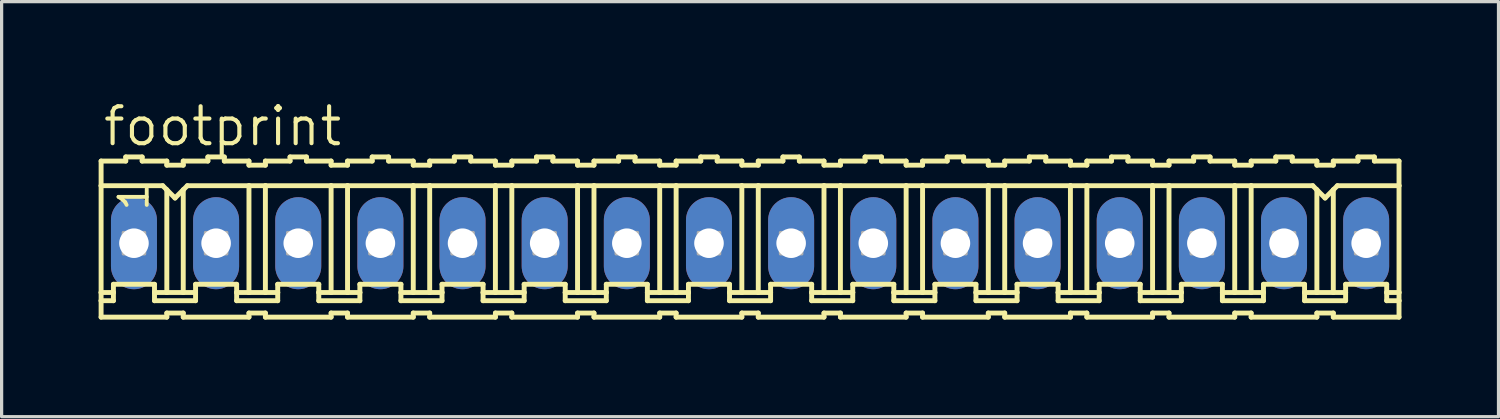
<source format=kicad_pcb>
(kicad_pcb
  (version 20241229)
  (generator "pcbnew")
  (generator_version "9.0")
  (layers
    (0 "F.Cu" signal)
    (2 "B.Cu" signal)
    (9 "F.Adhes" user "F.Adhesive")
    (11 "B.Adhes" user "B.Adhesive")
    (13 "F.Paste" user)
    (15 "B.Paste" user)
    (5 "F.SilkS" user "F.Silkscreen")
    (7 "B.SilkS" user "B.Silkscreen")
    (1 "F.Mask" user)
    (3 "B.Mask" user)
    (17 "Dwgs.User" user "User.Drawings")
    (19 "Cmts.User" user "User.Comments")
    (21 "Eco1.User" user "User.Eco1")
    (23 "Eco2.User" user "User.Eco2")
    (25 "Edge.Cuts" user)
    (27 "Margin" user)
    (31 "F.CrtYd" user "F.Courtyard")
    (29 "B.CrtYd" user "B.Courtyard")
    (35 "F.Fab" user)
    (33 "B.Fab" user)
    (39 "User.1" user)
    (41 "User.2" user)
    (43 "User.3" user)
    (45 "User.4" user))
  (footprint "footprint"
    (layer "F.Cu")
    (at 20.142 4.47)
    (property "Reference" "footprint" (at -20.066 -2.946 0) (layer "F.SilkS") (effects (font (size 1.143 1.143) (thickness 0.127)) (justify left bottom)))
    (fp_line (start -20.066 -2.54) (end -20.066 -1.778) (stroke (width 0.152) (type solid)) (layer "F.SilkS"))
    (fp_line (start -20.066 -2.54) (end -19.304 -2.54) (stroke (width 0.152) (type solid)) (layer "F.SilkS"))
    (fp_line (start -20.066 -1.778) (end -20.066 1.524) (stroke (width 0.152) (type solid)) (layer "F.SilkS"))
    (fp_line (start -20.066 1.524) (end -20.066 1.778) (stroke (width 0.152) (type solid)) (layer "F.SilkS"))
    (fp_line (start -20.066 1.778) (end -20.066 2.286) (stroke (width 0.152) (type solid)) (layer "F.SilkS"))
    (fp_line (start -20.066 1.778) (end -19.685 1.778) (stroke (width 0.152) (type solid)) (layer "F.SilkS"))
    (fp_line (start -19.685 1.27) (end -18.415 1.27) (stroke (width 0.152) (type solid)) (layer "F.SilkS"))
    (fp_line (start -19.685 1.524) (end -20.066 1.524) (stroke (width 0.152) (type solid)) (layer "F.SilkS"))
    (fp_line (start -19.685 1.524) (end -19.685 1.27) (stroke (width 0.152) (type solid)) (layer "F.SilkS"))
    (fp_line (start -19.685 1.778) (end -19.685 1.524) (stroke (width 0.152) (type solid)) (layer "F.SilkS"))
    (fp_line (start -19.304 -2.54) (end -19.304 -2.667) (stroke (width 0.152) (type solid)) (layer "F.SilkS"))
    (fp_line (start -18.796 -2.667) (end -19.304 -2.667) (stroke (width 0.152) (type solid)) (layer "F.SilkS"))
    (fp_line (start -18.796 -2.54) (end -18.796 -2.667) (stroke (width 0.152) (type solid)) (layer "F.SilkS"))
    (fp_line (start -18.415 1.524) (end -18.415 1.27) (stroke (width 0.152) (type solid)) (layer "F.SilkS"))
    (fp_line (start -18.415 1.524) (end -18.034 1.524) (stroke (width 0.152) (type solid)) (layer "F.SilkS"))
    (fp_line (start -18.415 1.778) (end -18.415 1.524) (stroke (width 0.152) (type solid)) (layer "F.SilkS"))
    (fp_line (start -18.161 -1.778) (end -20.066 -1.778) (stroke (width 0.152) (type solid)) (layer "F.SilkS"))
    (fp_line (start -18.161 -1.778) (end -18.034 -1.651) (stroke (width 0.152) (type solid)) (layer "F.SilkS"))
    (fp_line (start -18.034 -2.54) (end -18.796 -2.54) (stroke (width 0.152) (type solid)) (layer "F.SilkS"))
    (fp_line (start -18.034 -2.413) (end -18.034 -2.54) (stroke (width 0.152) (type solid)) (layer "F.SilkS"))
    (fp_line (start -18.034 -2.413) (end -17.526 -2.413) (stroke (width 0.152) (type solid)) (layer "F.SilkS"))
    (fp_line (start -18.034 -1.651) (end -18.034 1.524) (stroke (width 0.152) (type solid)) (layer "F.SilkS"))
    (fp_line (start -18.034 -1.651) (end -17.78 -1.397) (stroke (width 0.152) (type solid)) (layer "F.SilkS"))
    (fp_line (start -18.034 1.524) (end -17.526 1.524) (stroke (width 0.152) (type solid)) (layer "F.SilkS"))
    (fp_line (start -18.034 2.159) (end -18.034 2.286) (stroke (width 0.152) (type solid)) (layer "F.SilkS"))
    (fp_line (start -18.034 2.286) (end -20.066 2.286) (stroke (width 0.152) (type solid)) (layer "F.SilkS"))
    (fp_line (start -17.78 -1.397) (end -17.526 -1.651) (stroke (width 0.152) (type solid)) (layer "F.SilkS"))
    (fp_line (start -17.526 -2.54) (end -16.764 -2.54) (stroke (width 0.152) (type solid)) (layer "F.SilkS"))
    (fp_line (start -17.526 -2.413) (end -17.526 -2.54) (stroke (width 0.152) (type solid)) (layer "F.SilkS"))
    (fp_line (start -17.526 -1.651) (end -17.526 1.524) (stroke (width 0.152) (type solid)) (layer "F.SilkS"))
    (fp_line (start -17.526 -1.651) (end -17.399 -1.778) (stroke (width 0.152) (type solid)) (layer "F.SilkS"))
    (fp_line (start -17.526 1.524) (end -17.145 1.524) (stroke (width 0.152) (type solid)) (layer "F.SilkS"))
    (fp_line (start -17.526 2.159) (end -18.034 2.159) (stroke (width 0.152) (type solid)) (layer "F.SilkS"))
    (fp_line (start -17.526 2.159) (end -17.526 2.286) (stroke (width 0.152) (type solid)) (layer "F.SilkS"))
    (fp_line (start -17.526 2.286) (end -15.494 2.286) (stroke (width 0.152) (type solid)) (layer "F.SilkS"))
    (fp_line (start -17.399 -1.778) (end -15.494 -1.778) (stroke (width 0.152) (type solid)) (layer "F.SilkS"))
    (fp_line (start -17.145 1.27) (end -15.875 1.27) (stroke (width 0.152) (type solid)) (layer "F.SilkS"))
    (fp_line (start -17.145 1.524) (end -17.145 1.27) (stroke (width 0.152) (type solid)) (layer "F.SilkS"))
    (fp_line (start -17.145 1.778) (end -18.415 1.778) (stroke (width 0.152) (type solid)) (layer "F.SilkS"))
    (fp_line (start -17.145 1.778) (end -17.145 1.524) (stroke (width 0.152) (type solid)) (layer "F.SilkS"))
    (fp_line (start -16.764 -2.54) (end -16.764 -2.667) (stroke (width 0.152) (type solid)) (layer "F.SilkS"))
    (fp_line (start -16.256 -2.667) (end -16.764 -2.667) (stroke (width 0.152) (type solid)) (layer "F.SilkS"))
    (fp_line (start -16.256 -2.54) (end -16.256 -2.667) (stroke (width 0.152) (type solid)) (layer "F.SilkS"))
    (fp_line (start -16.256 -2.54) (end -15.494 -2.54) (stroke (width 0.152) (type solid)) (layer "F.SilkS"))
    (fp_line (start -15.875 1.524) (end -15.875 1.27) (stroke (width 0.152) (type solid)) (layer "F.SilkS"))
    (fp_line (start -15.875 1.524) (end -15.494 1.524) (stroke (width 0.152) (type solid)) (layer "F.SilkS"))
    (fp_line (start -15.875 1.778) (end -15.875 1.524) (stroke (width 0.152) (type solid)) (layer "F.SilkS"))
    (fp_line (start -15.875 1.778) (end -14.605 1.778) (stroke (width 0.152) (type solid)) (layer "F.SilkS"))
    (fp_line (start -15.494 -2.413) (end -15.494 -2.54) (stroke (width 0.152) (type solid)) (layer "F.SilkS"))
    (fp_line (start -15.494 -1.778) (end -15.494 1.524) (stroke (width 0.152) (type solid)) (layer "F.SilkS"))
    (fp_line (start -15.494 -1.778) (end -14.986 -1.778) (stroke (width 0.152) (type solid)) (layer "F.SilkS"))
    (fp_line (start -15.494 1.524) (end -14.986 1.524) (stroke (width 0.152) (type solid)) (layer "F.SilkS"))
    (fp_line (start -15.494 2.159) (end -15.494 2.286) (stroke (width 0.152) (type solid)) (layer "F.SilkS"))
    (fp_line (start -14.986 -2.54) (end -14.224 -2.54) (stroke (width 0.152) (type solid)) (layer "F.SilkS"))
    (fp_line (start -14.986 -2.413) (end -15.494 -2.413) (stroke (width 0.152) (type solid)) (layer "F.SilkS"))
    (fp_line (start -14.986 -2.413) (end -14.986 -2.54) (stroke (width 0.152) (type solid)) (layer "F.SilkS"))
    (fp_line (start -14.986 -1.778) (end -14.986 1.524) (stroke (width 0.152) (type solid)) (layer "F.SilkS"))
    (fp_line (start -14.986 -1.778) (end -12.954 -1.778) (stroke (width 0.152) (type solid)) (layer "F.SilkS"))
    (fp_line (start -14.986 1.524) (end -14.605 1.524) (stroke (width 0.152) (type solid)) (layer "F.SilkS"))
    (fp_line (start -14.986 2.159) (end -15.494 2.159) (stroke (width 0.152) (type solid)) (layer "F.SilkS"))
    (fp_line (start -14.986 2.159) (end -14.986 2.286) (stroke (width 0.152) (type solid)) (layer "F.SilkS"))
    (fp_line (start -14.605 1.27) (end -13.335 1.27) (stroke (width 0.152) (type solid)) (layer "F.SilkS"))
    (fp_line (start -14.605 1.524) (end -14.605 1.27) (stroke (width 0.152) (type solid)) (layer "F.SilkS"))
    (fp_line (start -14.605 1.778) (end -14.605 1.524) (stroke (width 0.152) (type solid)) (layer "F.SilkS"))
    (fp_line (start -14.224 -2.54) (end -14.224 -2.667) (stroke (width 0.152) (type solid)) (layer "F.SilkS"))
    (fp_line (start -13.716 -2.667) (end -14.224 -2.667) (stroke (width 0.152) (type solid)) (layer "F.SilkS"))
    (fp_line (start -13.716 -2.54) (end -13.716 -2.667) (stroke (width 0.152) (type solid)) (layer "F.SilkS"))
    (fp_line (start -13.716 -2.54) (end -12.954 -2.54) (stroke (width 0.152) (type solid)) (layer "F.SilkS"))
    (fp_line (start -13.335 1.524) (end -13.335 1.27) (stroke (width 0.152) (type solid)) (layer "F.SilkS"))
    (fp_line (start -13.335 1.524) (end -12.954 1.524) (stroke (width 0.152) (type solid)) (layer "F.SilkS"))
    (fp_line (start -13.335 1.778) (end -13.335 1.524) (stroke (width 0.152) (type solid)) (layer "F.SilkS"))
    (fp_line (start -12.954 -2.54) (end -12.954 -2.413) (stroke (width 0.152) (type solid)) (layer "F.SilkS"))
    (fp_line (start -12.954 -1.778) (end -12.954 1.524) (stroke (width 0.152) (type solid)) (layer "F.SilkS"))
    (fp_line (start -12.954 2.159) (end -12.954 2.286) (stroke (width 0.152) (type solid)) (layer "F.SilkS"))
    (fp_line (start -12.954 2.286) (end -14.986 2.286) (stroke (width 0.152) (type solid)) (layer "F.SilkS"))
    (fp_line (start -12.446 -2.54) (end -12.446 -2.413) (stroke (width 0.152) (type solid)) (layer "F.SilkS"))
    (fp_line (start -12.446 -2.54) (end -11.684 -2.54) (stroke (width 0.152) (type solid)) (layer "F.SilkS"))
    (fp_line (start -12.446 -2.413) (end -12.954 -2.413) (stroke (width 0.152) (type solid)) (layer "F.SilkS"))
    (fp_line (start -12.446 -1.778) (end -12.954 -1.778) (stroke (width 0.152) (type solid)) (layer "F.SilkS"))
    (fp_line (start -12.446 -1.778) (end -12.446 1.524) (stroke (width 0.152) (type solid)) (layer "F.SilkS"))
    (fp_line (start -12.446 -1.778) (end -10.414 -1.778) (stroke (width 0.152) (type solid)) (layer "F.SilkS"))
    (fp_line (start -12.446 1.524) (end -12.954 1.524) (stroke (width 0.152) (type solid)) (layer "F.SilkS"))
    (fp_line (start -12.446 2.159) (end -12.954 2.159) (stroke (width 0.152) (type solid)) (layer "F.SilkS"))
    (fp_line (start -12.446 2.159) (end -12.446 2.286) (stroke (width 0.152) (type solid)) (layer "F.SilkS"))
    (fp_line (start -12.065 1.27) (end -10.795 1.27) (stroke (width 0.152) (type solid)) (layer "F.SilkS"))
    (fp_line (start -12.065 1.524) (end -12.446 1.524) (stroke (width 0.152) (type solid)) (layer "F.SilkS"))
    (fp_line (start -12.065 1.524) (end -12.065 1.27) (stroke (width 0.152) (type solid)) (layer "F.SilkS"))
    (fp_line (start -12.065 1.778) (end -13.335 1.778) (stroke (width 0.152) (type solid)) (layer "F.SilkS"))
    (fp_line (start -12.065 1.778) (end -12.065 1.524) (stroke (width 0.152) (type solid)) (layer "F.SilkS"))
    (fp_line (start -11.684 -2.54) (end -11.684 -2.667) (stroke (width 0.152) (type solid)) (layer "F.SilkS"))
    (fp_line (start -11.176 -2.667) (end -11.684 -2.667) (stroke (width 0.152) (type solid)) (layer "F.SilkS"))
    (fp_line (start -11.176 -2.54) (end -11.176 -2.667) (stroke (width 0.152) (type solid)) (layer "F.SilkS"))
    (fp_line (start -10.795 1.524) (end -10.795 1.27) (stroke (width 0.152) (type solid)) (layer "F.SilkS"))
    (fp_line (start -10.795 1.524) (end -10.414 1.524) (stroke (width 0.152) (type solid)) (layer "F.SilkS"))
    (fp_line (start -10.795 1.778) (end -10.795 1.524) (stroke (width 0.152) (type solid)) (layer "F.SilkS"))
    (fp_line (start -10.414 -2.54) (end -11.176 -2.54) (stroke (width 0.152) (type solid)) (layer "F.SilkS"))
    (fp_line (start -10.414 -2.413) (end -10.414 -2.54) (stroke (width 0.152) (type solid)) (layer "F.SilkS"))
    (fp_line (start -10.414 -2.413) (end -9.906 -2.413) (stroke (width 0.152) (type solid)) (layer "F.SilkS"))
    (fp_line (start -10.414 -1.778) (end -10.414 1.524) (stroke (width 0.152) (type solid)) (layer "F.SilkS"))
    (fp_line (start -10.414 -1.778) (end -9.906 -1.778) (stroke (width 0.152) (type solid)) (layer "F.SilkS"))
    (fp_line (start -10.414 1.524) (end -9.906 1.524) (stroke (width 0.152) (type solid)) (layer "F.SilkS"))
    (fp_line (start -10.414 2.159) (end -10.414 2.286) (stroke (width 0.152) (type solid)) (layer "F.SilkS"))
    (fp_line (start -10.414 2.286) (end -12.446 2.286) (stroke (width 0.152) (type solid)) (layer "F.SilkS"))
    (fp_line (start -9.906 -2.54) (end -9.144 -2.54) (stroke (width 0.152) (type solid)) (layer "F.SilkS"))
    (fp_line (start -9.906 -2.413) (end -9.906 -2.54) (stroke (width 0.152) (type solid)) (layer "F.SilkS"))
    (fp_line (start -9.906 -1.778) (end -9.906 1.524) (stroke (width 0.152) (type solid)) (layer "F.SilkS"))
    (fp_line (start -9.906 -1.778) (end -7.874 -1.778) (stroke (width 0.152) (type solid)) (layer "F.SilkS"))
    (fp_line (start -9.906 1.524) (end -9.525 1.524) (stroke (width 0.152) (type solid)) (layer "F.SilkS"))
    (fp_line (start -9.906 2.159) (end -10.414 2.159) (stroke (width 0.152) (type solid)) (layer "F.SilkS"))
    (fp_line (start -9.906 2.159) (end -9.906 2.286) (stroke (width 0.152) (type solid)) (layer "F.SilkS"))
    (fp_line (start -9.525 1.27) (end -8.255 1.27) (stroke (width 0.152) (type solid)) (layer "F.SilkS"))
    (fp_line (start -9.525 1.524) (end -9.525 1.27) (stroke (width 0.152) (type solid)) (layer "F.SilkS"))
    (fp_line (start -9.525 1.778) (end -10.795 1.778) (stroke (width 0.152) (type solid)) (layer "F.SilkS"))
    (fp_line (start -9.525 1.778) (end -9.525 1.524) (stroke (width 0.152) (type solid)) (layer "F.SilkS"))
    (fp_line (start -9.144 -2.54) (end -9.144 -2.667) (stroke (width 0.152) (type solid)) (layer "F.SilkS"))
    (fp_line (start -8.636 -2.667) (end -9.144 -2.667) (stroke (width 0.152) (type solid)) (layer "F.SilkS"))
    (fp_line (start -8.636 -2.54) (end -8.636 -2.667) (stroke (width 0.152) (type solid)) (layer "F.SilkS"))
    (fp_line (start -8.255 1.524) (end -8.255 1.27) (stroke (width 0.152) (type solid)) (layer "F.SilkS"))
    (fp_line (start -8.255 1.524) (end -7.874 1.524) (stroke (width 0.152) (type solid)) (layer "F.SilkS"))
    (fp_line (start -8.255 1.778) (end -8.255 1.524) (stroke (width 0.152) (type solid)) (layer "F.SilkS"))
    (fp_line (start -7.874 -2.54) (end -8.636 -2.54) (stroke (width 0.152) (type solid)) (layer "F.SilkS"))
    (fp_line (start -7.874 -2.413) (end -7.874 -2.54) (stroke (width 0.152) (type solid)) (layer "F.SilkS"))
    (fp_line (start -7.874 -2.413) (end -7.366 -2.413) (stroke (width 0.152) (type solid)) (layer "F.SilkS"))
    (fp_line (start -7.874 -1.778) (end -7.874 1.524) (stroke (width 0.152) (type solid)) (layer "F.SilkS"))
    (fp_line (start -7.874 -1.778) (end -7.366 -1.778) (stroke (width 0.152) (type solid)) (layer "F.SilkS"))
    (fp_line (start -7.874 1.524) (end -7.366 1.524) (stroke (width 0.152) (type solid)) (layer "F.SilkS"))
    (fp_line (start -7.874 2.159) (end -7.874 2.286) (stroke (width 0.152) (type solid)) (layer "F.SilkS"))
    (fp_line (start -7.874 2.286) (end -9.906 2.286) (stroke (width 0.152) (type solid)) (layer "F.SilkS"))
    (fp_line (start -7.366 -2.54) (end -6.604 -2.54) (stroke (width 0.152) (type solid)) (layer "F.SilkS"))
    (fp_line (start -7.366 -2.413) (end -7.366 -2.54) (stroke (width 0.152) (type solid)) (layer "F.SilkS"))
    (fp_line (start -7.366 -1.778) (end -7.366 1.524) (stroke (width 0.152) (type solid)) (layer "F.SilkS"))
    (fp_line (start -7.366 -1.778) (end -5.334 -1.778) (stroke (width 0.152) (type solid)) (layer "F.SilkS"))
    (fp_line (start -7.366 1.524) (end -6.985 1.524) (stroke (width 0.152) (type solid)) (layer "F.SilkS"))
    (fp_line (start -7.366 2.159) (end -7.874 2.159) (stroke (width 0.152) (type solid)) (layer "F.SilkS"))
    (fp_line (start -7.366 2.159) (end -7.366 2.286) (stroke (width 0.152) (type solid)) (layer "F.SilkS"))
    (fp_line (start -6.985 1.27) (end -5.715 1.27) (stroke (width 0.152) (type solid)) (layer "F.SilkS"))
    (fp_line (start -6.985 1.524) (end -6.985 1.27) (stroke (width 0.152) (type solid)) (layer "F.SilkS"))
    (fp_line (start -6.985 1.778) (end -8.255 1.778) (stroke (width 0.152) (type solid)) (layer "F.SilkS"))
    (fp_line (start -6.985 1.778) (end -6.985 1.524) (stroke (width 0.152) (type solid)) (layer "F.SilkS"))
    (fp_line (start -6.604 -2.54) (end -6.604 -2.667) (stroke (width 0.152) (type solid)) (layer "F.SilkS"))
    (fp_line (start -6.096 -2.667) (end -6.604 -2.667) (stroke (width 0.152) (type solid)) (layer "F.SilkS"))
    (fp_line (start -6.096 -2.54) (end -6.096 -2.667) (stroke (width 0.152) (type solid)) (layer "F.SilkS"))
    (fp_line (start -5.715 1.524) (end -5.715 1.27) (stroke (width 0.152) (type solid)) (layer "F.SilkS"))
    (fp_line (start -5.715 1.524) (end -5.334 1.524) (stroke (width 0.152) (type solid)) (layer "F.SilkS"))
    (fp_line (start -5.715 1.778) (end -5.715 1.524) (stroke (width 0.152) (type solid)) (layer "F.SilkS"))
    (fp_line (start -5.334 -2.54) (end -6.096 -2.54) (stroke (width 0.152) (type solid)) (layer "F.SilkS"))
    (fp_line (start -5.334 -2.413) (end -5.334 -2.54) (stroke (width 0.152) (type solid)) (layer "F.SilkS"))
    (fp_line (start -5.334 -2.413) (end -4.826 -2.413) (stroke (width 0.152) (type solid)) (layer "F.SilkS"))
    (fp_line (start -5.334 -1.778) (end -5.334 1.524) (stroke (width 0.152) (type solid)) (layer "F.SilkS"))
    (fp_line (start -5.334 -1.778) (end -4.826 -1.778) (stroke (width 0.152) (type solid)) (layer "F.SilkS"))
    (fp_line (start -5.334 1.524) (end -4.826 1.524) (stroke (width 0.152) (type solid)) (layer "F.SilkS"))
    (fp_line (start -5.334 2.159) (end -5.334 2.286) (stroke (width 0.152) (type solid)) (layer "F.SilkS"))
    (fp_line (start -5.334 2.286) (end -7.366 2.286) (stroke (width 0.152) (type solid)) (layer "F.SilkS"))
    (fp_line (start -4.826 -2.54) (end -4.064 -2.54) (stroke (width 0.152) (type solid)) (layer "F.SilkS"))
    (fp_line (start -4.826 -2.413) (end -4.826 -2.54) (stroke (width 0.152) (type solid)) (layer "F.SilkS"))
    (fp_line (start -4.826 -1.778) (end -4.826 1.524) (stroke (width 0.152) (type solid)) (layer "F.SilkS"))
    (fp_line (start -4.826 -1.778) (end -2.794 -1.778) (stroke (width 0.152) (type solid)) (layer "F.SilkS"))
    (fp_line (start -4.826 1.524) (end -4.445 1.524) (stroke (width 0.152) (type solid)) (layer "F.SilkS"))
    (fp_line (start -4.826 2.159) (end -5.334 2.159) (stroke (width 0.152) (type solid)) (layer "F.SilkS"))
    (fp_line (start -4.826 2.159) (end -4.826 2.286) (stroke (width 0.152) (type solid)) (layer "F.SilkS"))
    (fp_line (start -4.445 1.27) (end -3.175 1.27) (stroke (width 0.152) (type solid)) (layer "F.SilkS"))
    (fp_line (start -4.445 1.524) (end -4.445 1.27) (stroke (width 0.152) (type solid)) (layer "F.SilkS"))
    (fp_line (start -4.445 1.778) (end -5.715 1.778) (stroke (width 0.152) (type solid)) (layer "F.SilkS"))
    (fp_line (start -4.445 1.778) (end -4.445 1.524) (stroke (width 0.152) (type solid)) (layer "F.SilkS"))
    (fp_line (start -4.064 -2.54) (end -4.064 -2.667) (stroke (width 0.152) (type solid)) (layer "F.SilkS"))
    (fp_line (start -3.556 -2.667) (end -4.064 -2.667) (stroke (width 0.152) (type solid)) (layer "F.SilkS"))
    (fp_line (start -3.556 -2.54) (end -3.556 -2.667) (stroke (width 0.152) (type solid)) (layer "F.SilkS"))
    (fp_line (start -3.175 1.524) (end -3.175 1.27) (stroke (width 0.152) (type solid)) (layer "F.SilkS"))
    (fp_line (start -3.175 1.524) (end -2.794 1.524) (stroke (width 0.152) (type solid)) (layer "F.SilkS"))
    (fp_line (start -3.175 1.778) (end -3.175 1.524) (stroke (width 0.152) (type solid)) (layer "F.SilkS"))
    (fp_line (start -2.794 -2.54) (end -3.556 -2.54) (stroke (width 0.152) (type solid)) (layer "F.SilkS"))
    (fp_line (start -2.794 -2.413) (end -2.794 -2.54) (stroke (width 0.152) (type solid)) (layer "F.SilkS"))
    (fp_line (start -2.794 -2.413) (end -2.286 -2.413) (stroke (width 0.152) (type solid)) (layer "F.SilkS"))
    (fp_line (start -2.794 -1.778) (end -2.794 1.524) (stroke (width 0.152) (type solid)) (layer "F.SilkS"))
    (fp_line (start -2.794 -1.778) (end -2.286 -1.778) (stroke (width 0.152) (type solid)) (layer "F.SilkS"))
    (fp_line (start -2.794 1.524) (end -2.286 1.524) (stroke (width 0.152) (type solid)) (layer "F.SilkS"))
    (fp_line (start -2.794 2.159) (end -2.794 2.286) (stroke (width 0.152) (type solid)) (layer "F.SilkS"))
    (fp_line (start -2.794 2.286) (end -4.826 2.286) (stroke (width 0.152) (type solid)) (layer "F.SilkS"))
    (fp_line (start -2.286 -2.54) (end -1.524 -2.54) (stroke (width 0.152) (type solid)) (layer "F.SilkS"))
    (fp_line (start -2.286 -2.413) (end -2.286 -2.54) (stroke (width 0.152) (type solid)) (layer "F.SilkS"))
    (fp_line (start -2.286 -1.778) (end -2.286 1.524) (stroke (width 0.152) (type solid)) (layer "F.SilkS"))
    (fp_line (start -2.286 -1.778) (end -0.254 -1.778) (stroke (width 0.152) (type solid)) (layer "F.SilkS"))
    (fp_line (start -2.286 1.524) (end -1.905 1.524) (stroke (width 0.152) (type solid)) (layer "F.SilkS"))
    (fp_line (start -2.286 2.159) (end -2.794 2.159) (stroke (width 0.152) (type solid)) (layer "F.SilkS"))
    (fp_line (start -2.286 2.159) (end -2.286 2.286) (stroke (width 0.152) (type solid)) (layer "F.SilkS"))
    (fp_line (start -1.905 1.27) (end -0.635 1.27) (stroke (width 0.152) (type solid)) (layer "F.SilkS"))
    (fp_line (start -1.905 1.524) (end -1.905 1.27) (stroke (width 0.152) (type solid)) (layer "F.SilkS"))
    (fp_line (start -1.905 1.778) (end -3.175 1.778) (stroke (width 0.152) (type solid)) (layer "F.SilkS"))
    (fp_line (start -1.905 1.778) (end -1.905 1.524) (stroke (width 0.152) (type solid)) (layer "F.SilkS"))
    (fp_line (start -1.524 -2.54) (end -1.524 -2.667) (stroke (width 0.152) (type solid)) (layer "F.SilkS"))
    (fp_line (start -1.016 -2.667) (end -1.524 -2.667) (stroke (width 0.152) (type solid)) (layer "F.SilkS"))
    (fp_line (start -1.016 -2.54) (end -1.016 -2.667) (stroke (width 0.152) (type solid)) (layer "F.SilkS"))
    (fp_line (start -0.635 1.524) (end -0.635 1.27) (stroke (width 0.152) (type solid)) (layer "F.SilkS"))
    (fp_line (start -0.635 1.524) (end -0.254 1.524) (stroke (width 0.152) (type solid)) (layer "F.SilkS"))
    (fp_line (start -0.635 1.778) (end -0.635 1.524) (stroke (width 0.152) (type solid)) (layer "F.SilkS"))
    (fp_line (start -0.254 -2.54) (end -1.016 -2.54) (stroke (width 0.152) (type solid)) (layer "F.SilkS"))
    (fp_line (start -0.254 -2.413) (end -0.254 -2.54) (stroke (width 0.152) (type solid)) (layer "F.SilkS"))
    (fp_line (start -0.254 -2.413) (end 0.254 -2.413) (stroke (width 0.152) (type solid)) (layer "F.SilkS"))
    (fp_line (start -0.254 -1.778) (end -0.254 1.524) (stroke (width 0.152) (type solid)) (layer "F.SilkS"))
    (fp_line (start -0.254 -1.778) (end 0.254 -1.778) (stroke (width 0.152) (type solid)) (layer "F.SilkS"))
    (fp_line (start -0.254 1.524) (end 0.254 1.524) (stroke (width 0.152) (type solid)) (layer "F.SilkS"))
    (fp_line (start -0.254 2.159) (end -0.254 2.286) (stroke (width 0.152) (type solid)) (layer "F.SilkS"))
    (fp_line (start -0.254 2.286) (end -2.286 2.286) (stroke (width 0.152) (type solid)) (layer "F.SilkS"))
    (fp_line (start 0.254 -2.54) (end 1.016 -2.54) (stroke (width 0.152) (type solid)) (layer "F.SilkS"))
    (fp_line (start 0.254 -2.413) (end 0.254 -2.54) (stroke (width 0.152) (type solid)) (layer "F.SilkS"))
    (fp_line (start 0.254 -1.778) (end 0.254 1.524) (stroke (width 0.152) (type solid)) (layer "F.SilkS"))
    (fp_line (start 0.254 -1.778) (end 2.286 -1.778) (stroke (width 0.152) (type solid)) (layer "F.SilkS"))
    (fp_line (start 0.254 1.524) (end 0.635 1.524) (stroke (width 0.152) (type solid)) (layer "F.SilkS"))
    (fp_line (start 0.254 2.159) (end -0.254 2.159) (stroke (width 0.152) (type solid)) (layer "F.SilkS"))
    (fp_line (start 0.254 2.159) (end 0.254 2.286) (stroke (width 0.152) (type solid)) (layer "F.SilkS"))
    (fp_line (start 0.635 1.27) (end 1.905 1.27) (stroke (width 0.152) (type solid)) (layer "F.SilkS"))
    (fp_line (start 0.635 1.524) (end 0.635 1.27) (stroke (width 0.152) (type solid)) (layer "F.SilkS"))
    (fp_line (start 0.635 1.778) (end -0.635 1.778) (stroke (width 0.152) (type solid)) (layer "F.SilkS"))
    (fp_line (start 0.635 1.778) (end 0.635 1.524) (stroke (width 0.152) (type solid)) (layer "F.SilkS"))
    (fp_line (start 1.016 -2.54) (end 1.016 -2.667) (stroke (width 0.152) (type solid)) (layer "F.SilkS"))
    (fp_line (start 1.524 -2.667) (end 1.016 -2.667) (stroke (width 0.152) (type solid)) (layer "F.SilkS"))
    (fp_line (start 1.524 -2.54) (end 1.524 -2.667) (stroke (width 0.152) (type solid)) (layer "F.SilkS"))
    (fp_line (start 1.905 1.524) (end 1.905 1.27) (stroke (width 0.152) (type solid)) (layer "F.SilkS"))
    (fp_line (start 1.905 1.524) (end 2.286 1.524) (stroke (width 0.152) (type solid)) (layer "F.SilkS"))
    (fp_line (start 1.905 1.778) (end 1.905 1.524) (stroke (width 0.152) (type solid)) (layer "F.SilkS"))
    (fp_line (start 2.286 -2.54) (end 1.524 -2.54) (stroke (width 0.152) (type solid)) (layer "F.SilkS"))
    (fp_line (start 2.286 -2.413) (end 2.286 -2.54) (stroke (width 0.152) (type solid)) (layer "F.SilkS"))
    (fp_line (start 2.286 -2.413) (end 2.794 -2.413) (stroke (width 0.152) (type solid)) (layer "F.SilkS"))
    (fp_line (start 2.286 -1.778) (end 2.286 1.524) (stroke (width 0.152) (type solid)) (layer "F.SilkS"))
    (fp_line (start 2.286 -1.778) (end 2.794 -1.778) (stroke (width 0.152) (type solid)) (layer "F.SilkS"))
    (fp_line (start 2.286 1.524) (end 2.794 1.524) (stroke (width 0.152) (type solid)) (layer "F.SilkS"))
    (fp_line (start 2.286 2.159) (end 2.286 2.286) (stroke (width 0.152) (type solid)) (layer "F.SilkS"))
    (fp_line (start 2.286 2.286) (end 0.254 2.286) (stroke (width 0.152) (type solid)) (layer "F.SilkS"))
    (fp_line (start 2.794 -2.54) (end 3.556 -2.54) (stroke (width 0.152) (type solid)) (layer "F.SilkS"))
    (fp_line (start 2.794 -2.413) (end 2.794 -2.54) (stroke (width 0.152) (type solid)) (layer "F.SilkS"))
    (fp_line (start 2.794 -1.778) (end 2.794 1.524) (stroke (width 0.152) (type solid)) (layer "F.SilkS"))
    (fp_line (start 2.794 -1.778) (end 4.826 -1.778) (stroke (width 0.152) (type solid)) (layer "F.SilkS"))
    (fp_line (start 2.794 1.524) (end 3.175 1.524) (stroke (width 0.152) (type solid)) (layer "F.SilkS"))
    (fp_line (start 2.794 2.159) (end 2.286 2.159) (stroke (width 0.152) (type solid)) (layer "F.SilkS"))
    (fp_line (start 2.794 2.159) (end 2.794 2.286) (stroke (width 0.152) (type solid)) (layer "F.SilkS"))
    (fp_line (start 3.175 1.27) (end 4.445 1.27) (stroke (width 0.152) (type solid)) (layer "F.SilkS"))
    (fp_line (start 3.175 1.524) (end 3.175 1.27) (stroke (width 0.152) (type solid)) (layer "F.SilkS"))
    (fp_line (start 3.175 1.778) (end 1.905 1.778) (stroke (width 0.152) (type solid)) (layer "F.SilkS"))
    (fp_line (start 3.175 1.778) (end 3.175 1.524) (stroke (width 0.152) (type solid)) (layer "F.SilkS"))
    (fp_line (start 3.556 -2.54) (end 3.556 -2.667) (stroke (width 0.152) (type solid)) (layer "F.SilkS"))
    (fp_line (start 4.064 -2.667) (end 3.556 -2.667) (stroke (width 0.152) (type solid)) (layer "F.SilkS"))
    (fp_line (start 4.064 -2.54) (end 4.064 -2.667) (stroke (width 0.152) (type solid)) (layer "F.SilkS"))
    (fp_line (start 4.445 1.524) (end 4.445 1.27) (stroke (width 0.152) (type solid)) (layer "F.SilkS"))
    (fp_line (start 4.445 1.524) (end 4.826 1.524) (stroke (width 0.152) (type solid)) (layer "F.SilkS"))
    (fp_line (start 4.445 1.778) (end 4.445 1.524) (stroke (width 0.152) (type solid)) (layer "F.SilkS"))
    (fp_line (start 4.826 -2.54) (end 4.064 -2.54) (stroke (width 0.152) (type solid)) (layer "F.SilkS"))
    (fp_line (start 4.826 -2.413) (end 4.826 -2.54) (stroke (width 0.152) (type solid)) (layer "F.SilkS"))
    (fp_line (start 4.826 -2.413) (end 5.334 -2.413) (stroke (width 0.152) (type solid)) (layer "F.SilkS"))
    (fp_line (start 4.826 -1.778) (end 4.826 1.524) (stroke (width 0.152) (type solid)) (layer "F.SilkS"))
    (fp_line (start 4.826 -1.778) (end 5.334 -1.778) (stroke (width 0.152) (type solid)) (layer "F.SilkS"))
    (fp_line (start 4.826 1.524) (end 5.334 1.524) (stroke (width 0.152) (type solid)) (layer "F.SilkS"))
    (fp_line (start 4.826 2.159) (end 4.826 2.286) (stroke (width 0.152) (type solid)) (layer "F.SilkS"))
    (fp_line (start 4.826 2.286) (end 2.794 2.286) (stroke (width 0.152) (type solid)) (layer "F.SilkS"))
    (fp_line (start 5.334 -2.54) (end 6.096 -2.54) (stroke (width 0.152) (type solid)) (layer "F.SilkS"))
    (fp_line (start 5.334 -2.413) (end 5.334 -2.54) (stroke (width 0.152) (type solid)) (layer "F.SilkS"))
    (fp_line (start 5.334 -1.778) (end 5.334 1.524) (stroke (width 0.152) (type solid)) (layer "F.SilkS"))
    (fp_line (start 5.334 -1.778) (end 7.366 -1.778) (stroke (width 0.152) (type solid)) (layer "F.SilkS"))
    (fp_line (start 5.334 1.524) (end 5.715 1.524) (stroke (width 0.152) (type solid)) (layer "F.SilkS"))
    (fp_line (start 5.334 2.159) (end 4.826 2.159) (stroke (width 0.152) (type solid)) (layer "F.SilkS"))
    (fp_line (start 5.334 2.159) (end 5.334 2.286) (stroke (width 0.152) (type solid)) (layer "F.SilkS"))
    (fp_line (start 5.715 1.27) (end 6.985 1.27) (stroke (width 0.152) (type solid)) (layer "F.SilkS"))
    (fp_line (start 5.715 1.524) (end 5.715 1.27) (stroke (width 0.152) (type solid)) (layer "F.SilkS"))
    (fp_line (start 5.715 1.778) (end 4.445 1.778) (stroke (width 0.152) (type solid)) (layer "F.SilkS"))
    (fp_line (start 5.715 1.778) (end 5.715 1.524) (stroke (width 0.152) (type solid)) (layer "F.SilkS"))
    (fp_line (start 6.096 -2.54) (end 6.096 -2.667) (stroke (width 0.152) (type solid)) (layer "F.SilkS"))
    (fp_line (start 6.604 -2.667) (end 6.096 -2.667) (stroke (width 0.152) (type solid)) (layer "F.SilkS"))
    (fp_line (start 6.604 -2.54) (end 6.604 -2.667) (stroke (width 0.152) (type solid)) (layer "F.SilkS"))
    (fp_line (start 6.985 1.524) (end 6.985 1.27) (stroke (width 0.152) (type solid)) (layer "F.SilkS"))
    (fp_line (start 6.985 1.524) (end 7.366 1.524) (stroke (width 0.152) (type solid)) (layer "F.SilkS"))
    (fp_line (start 6.985 1.778) (end 6.985 1.524) (stroke (width 0.152) (type solid)) (layer "F.SilkS"))
    (fp_line (start 7.366 -2.54) (end 6.604 -2.54) (stroke (width 0.152) (type solid)) (layer "F.SilkS"))
    (fp_line (start 7.366 -2.413) (end 7.366 -2.54) (stroke (width 0.152) (type solid)) (layer "F.SilkS"))
    (fp_line (start 7.366 -2.413) (end 7.874 -2.413) (stroke (width 0.152) (type solid)) (layer "F.SilkS"))
    (fp_line (start 7.366 -1.778) (end 7.366 1.524) (stroke (width 0.152) (type solid)) (layer "F.SilkS"))
    (fp_line (start 7.366 -1.778) (end 7.874 -1.778) (stroke (width 0.152) (type solid)) (layer "F.SilkS"))
    (fp_line (start 7.366 1.524) (end 7.874 1.524) (stroke (width 0.152) (type solid)) (layer "F.SilkS"))
    (fp_line (start 7.366 2.159) (end 7.366 2.286) (stroke (width 0.152) (type solid)) (layer "F.SilkS"))
    (fp_line (start 7.366 2.286) (end 5.334 2.286) (stroke (width 0.152) (type solid)) (layer "F.SilkS"))
    (fp_line (start 7.874 -2.54) (end 8.636 -2.54) (stroke (width 0.152) (type solid)) (layer "F.SilkS"))
    (fp_line (start 7.874 -2.413) (end 7.874 -2.54) (stroke (width 0.152) (type solid)) (layer "F.SilkS"))
    (fp_line (start 7.874 -1.778) (end 7.874 1.524) (stroke (width 0.152) (type solid)) (layer "F.SilkS"))
    (fp_line (start 7.874 -1.778) (end 9.906 -1.778) (stroke (width 0.152) (type solid)) (layer "F.SilkS"))
    (fp_line (start 7.874 1.524) (end 8.255 1.524) (stroke (width 0.152) (type solid)) (layer "F.SilkS"))
    (fp_line (start 7.874 2.159) (end 7.366 2.159) (stroke (width 0.152) (type solid)) (layer "F.SilkS"))
    (fp_line (start 7.874 2.159) (end 7.874 2.286) (stroke (width 0.152) (type solid)) (layer "F.SilkS"))
    (fp_line (start 8.255 1.27) (end 9.525 1.27) (stroke (width 0.152) (type solid)) (layer "F.SilkS"))
    (fp_line (start 8.255 1.524) (end 8.255 1.27) (stroke (width 0.152) (type solid)) (layer "F.SilkS"))
    (fp_line (start 8.255 1.778) (end 6.985 1.778) (stroke (width 0.152) (type solid)) (layer "F.SilkS"))
    (fp_line (start 8.255 1.778) (end 8.255 1.524) (stroke (width 0.152) (type solid)) (layer "F.SilkS"))
    (fp_line (start 8.636 -2.54) (end 8.636 -2.667) (stroke (width 0.152) (type solid)) (layer "F.SilkS"))
    (fp_line (start 9.144 -2.667) (end 8.636 -2.667) (stroke (width 0.152) (type solid)) (layer "F.SilkS"))
    (fp_line (start 9.144 -2.54) (end 9.144 -2.667) (stroke (width 0.152) (type solid)) (layer "F.SilkS"))
    (fp_line (start 9.525 1.524) (end 9.525 1.27) (stroke (width 0.152) (type solid)) (layer "F.SilkS"))
    (fp_line (start 9.525 1.524) (end 9.906 1.524) (stroke (width 0.152) (type solid)) (layer "F.SilkS"))
    (fp_line (start 9.525 1.778) (end 9.525 1.524) (stroke (width 0.152) (type solid)) (layer "F.SilkS"))
    (fp_line (start 9.906 -2.54) (end 9.144 -2.54) (stroke (width 0.152) (type solid)) (layer "F.SilkS"))
    (fp_line (start 9.906 -2.413) (end 9.906 -2.54) (stroke (width 0.152) (type solid)) (layer "F.SilkS"))
    (fp_line (start 9.906 -2.413) (end 10.414 -2.413) (stroke (width 0.152) (type solid)) (layer "F.SilkS"))
    (fp_line (start 9.906 -1.778) (end 9.906 1.524) (stroke (width 0.152) (type solid)) (layer "F.SilkS"))
    (fp_line (start 9.906 -1.778) (end 10.414 -1.778) (stroke (width 0.152) (type solid)) (layer "F.SilkS"))
    (fp_line (start 9.906 1.524) (end 10.414 1.524) (stroke (width 0.152) (type solid)) (layer "F.SilkS"))
    (fp_line (start 9.906 2.159) (end 9.906 2.286) (stroke (width 0.152) (type solid)) (layer "F.SilkS"))
    (fp_line (start 9.906 2.286) (end 7.874 2.286) (stroke (width 0.152) (type solid)) (layer "F.SilkS"))
    (fp_line (start 10.414 -2.54) (end 11.176 -2.54) (stroke (width 0.152) (type solid)) (layer "F.SilkS"))
    (fp_line (start 10.414 -2.413) (end 10.414 -2.54) (stroke (width 0.152) (type solid)) (layer "F.SilkS"))
    (fp_line (start 10.414 -1.778) (end 10.414 1.524) (stroke (width 0.152) (type solid)) (layer "F.SilkS"))
    (fp_line (start 10.414 -1.778) (end 12.446 -1.778) (stroke (width 0.152) (type solid)) (layer "F.SilkS"))
    (fp_line (start 10.414 1.524) (end 10.795 1.524) (stroke (width 0.152) (type solid)) (layer "F.SilkS"))
    (fp_line (start 10.414 2.159) (end 9.906 2.159) (stroke (width 0.152) (type solid)) (layer "F.SilkS"))
    (fp_line (start 10.414 2.159) (end 10.414 2.286) (stroke (width 0.152) (type solid)) (layer "F.SilkS"))
    (fp_line (start 10.795 1.27) (end 12.065 1.27) (stroke (width 0.152) (type solid)) (layer "F.SilkS"))
    (fp_line (start 10.795 1.524) (end 10.795 1.27) (stroke (width 0.152) (type solid)) (layer "F.SilkS"))
    (fp_line (start 10.795 1.778) (end 9.525 1.778) (stroke (width 0.152) (type solid)) (layer "F.SilkS"))
    (fp_line (start 10.795 1.778) (end 10.795 1.524) (stroke (width 0.152) (type solid)) (layer "F.SilkS"))
    (fp_line (start 11.176 -2.54) (end 11.176 -2.667) (stroke (width 0.152) (type solid)) (layer "F.SilkS"))
    (fp_line (start 11.684 -2.667) (end 11.176 -2.667) (stroke (width 0.152) (type solid)) (layer "F.SilkS"))
    (fp_line (start 11.684 -2.54) (end 11.684 -2.667) (stroke (width 0.152) (type solid)) (layer "F.SilkS"))
    (fp_line (start 12.065 1.524) (end 12.065 1.27) (stroke (width 0.152) (type solid)) (layer "F.SilkS"))
    (fp_line (start 12.065 1.524) (end 12.446 1.524) (stroke (width 0.152) (type solid)) (layer "F.SilkS"))
    (fp_line (start 12.065 1.778) (end 12.065 1.524) (stroke (width 0.152) (type solid)) (layer "F.SilkS"))
    (fp_line (start 12.446 -2.54) (end 11.684 -2.54) (stroke (width 0.152) (type solid)) (layer "F.SilkS"))
    (fp_line (start 12.446 -2.413) (end 12.446 -2.54) (stroke (width 0.152) (type solid)) (layer "F.SilkS"))
    (fp_line (start 12.446 -2.413) (end 12.954 -2.413) (stroke (width 0.152) (type solid)) (layer "F.SilkS"))
    (fp_line (start 12.446 -1.778) (end 12.446 1.524) (stroke (width 0.152) (type solid)) (layer "F.SilkS"))
    (fp_line (start 12.446 -1.778) (end 12.954 -1.778) (stroke (width 0.152) (type solid)) (layer "F.SilkS"))
    (fp_line (start 12.446 1.524) (end 12.954 1.524) (stroke (width 0.152) (type solid)) (layer "F.SilkS"))
    (fp_line (start 12.446 2.159) (end 12.446 2.286) (stroke (width 0.152) (type solid)) (layer "F.SilkS"))
    (fp_line (start 12.446 2.286) (end 10.414 2.286) (stroke (width 0.152) (type solid)) (layer "F.SilkS"))
    (fp_line (start 12.954 -2.54) (end 13.716 -2.54) (stroke (width 0.152) (type solid)) (layer "F.SilkS"))
    (fp_line (start 12.954 -2.413) (end 12.954 -2.54) (stroke (width 0.152) (type solid)) (layer "F.SilkS"))
    (fp_line (start 12.954 -1.778) (end 12.954 1.524) (stroke (width 0.152) (type solid)) (layer "F.SilkS"))
    (fp_line (start 12.954 -1.778) (end 14.986 -1.778) (stroke (width 0.152) (type solid)) (layer "F.SilkS"))
    (fp_line (start 12.954 1.524) (end 13.335 1.524) (stroke (width 0.152) (type solid)) (layer "F.SilkS"))
    (fp_line (start 12.954 2.159) (end 12.446 2.159) (stroke (width 0.152) (type solid)) (layer "F.SilkS"))
    (fp_line (start 12.954 2.159) (end 12.954 2.286) (stroke (width 0.152) (type solid)) (layer "F.SilkS"))
    (fp_line (start 13.335 1.27) (end 14.605 1.27) (stroke (width 0.152) (type solid)) (layer "F.SilkS"))
    (fp_line (start 13.335 1.524) (end 13.335 1.27) (stroke (width 0.152) (type solid)) (layer "F.SilkS"))
    (fp_line (start 13.335 1.778) (end 12.065 1.778) (stroke (width 0.152) (type solid)) (layer "F.SilkS"))
    (fp_line (start 13.335 1.778) (end 13.335 1.524) (stroke (width 0.152) (type solid)) (layer "F.SilkS"))
    (fp_line (start 13.716 -2.54) (end 13.716 -2.667) (stroke (width 0.152) (type solid)) (layer "F.SilkS"))
    (fp_line (start 14.224 -2.667) (end 13.716 -2.667) (stroke (width 0.152) (type solid)) (layer "F.SilkS"))
    (fp_line (start 14.224 -2.54) (end 14.224 -2.667) (stroke (width 0.152) (type solid)) (layer "F.SilkS"))
    (fp_line (start 14.605 1.524) (end 14.605 1.27) (stroke (width 0.152) (type solid)) (layer "F.SilkS"))
    (fp_line (start 14.605 1.524) (end 14.986 1.524) (stroke (width 0.152) (type solid)) (layer "F.SilkS"))
    (fp_line (start 14.605 1.778) (end 14.605 1.524) (stroke (width 0.152) (type solid)) (layer "F.SilkS"))
    (fp_line (start 14.986 -2.54) (end 14.224 -2.54) (stroke (width 0.152) (type solid)) (layer "F.SilkS"))
    (fp_line (start 14.986 -2.413) (end 14.986 -2.54) (stroke (width 0.152) (type solid)) (layer "F.SilkS"))
    (fp_line (start 14.986 -2.413) (end 15.494 -2.413) (stroke (width 0.152) (type solid)) (layer "F.SilkS"))
    (fp_line (start 14.986 -1.778) (end 14.986 1.524) (stroke (width 0.152) (type solid)) (layer "F.SilkS"))
    (fp_line (start 14.986 -1.778) (end 15.494 -1.778) (stroke (width 0.152) (type solid)) (layer "F.SilkS"))
    (fp_line (start 14.986 1.524) (end 15.494 1.524) (stroke (width 0.152) (type solid)) (layer "F.SilkS"))
    (fp_line (start 14.986 2.159) (end 14.986 2.286) (stroke (width 0.152) (type solid)) (layer "F.SilkS"))
    (fp_line (start 14.986 2.286) (end 12.954 2.286) (stroke (width 0.152) (type solid)) (layer "F.SilkS"))
    (fp_line (start 15.494 -2.54) (end 16.256 -2.54) (stroke (width 0.152) (type solid)) (layer "F.SilkS"))
    (fp_line (start 15.494 -2.413) (end 15.494 -2.54) (stroke (width 0.152) (type solid)) (layer "F.SilkS"))
    (fp_line (start 15.494 -1.778) (end 15.494 1.524) (stroke (width 0.152) (type solid)) (layer "F.SilkS"))
    (fp_line (start 15.494 -1.778) (end 17.399 -1.778) (stroke (width 0.152) (type solid)) (layer "F.SilkS"))
    (fp_line (start 15.494 1.524) (end 15.875 1.524) (stroke (width 0.152) (type solid)) (layer "F.SilkS"))
    (fp_line (start 15.494 2.159) (end 14.986 2.159) (stroke (width 0.152) (type solid)) (layer "F.SilkS"))
    (fp_line (start 15.494 2.159) (end 15.494 2.286) (stroke (width 0.152) (type solid)) (layer "F.SilkS"))
    (fp_line (start 15.875 1.27) (end 17.145 1.27) (stroke (width 0.152) (type solid)) (layer "F.SilkS"))
    (fp_line (start 15.875 1.524) (end 15.875 1.27) (stroke (width 0.152) (type solid)) (layer "F.SilkS"))
    (fp_line (start 15.875 1.778) (end 14.605 1.778) (stroke (width 0.152) (type solid)) (layer "F.SilkS"))
    (fp_line (start 15.875 1.778) (end 15.875 1.524) (stroke (width 0.152) (type solid)) (layer "F.SilkS"))
    (fp_line (start 16.256 -2.54) (end 16.256 -2.667) (stroke (width 0.152) (type solid)) (layer "F.SilkS"))
    (fp_line (start 16.764 -2.667) (end 16.256 -2.667) (stroke (width 0.152) (type solid)) (layer "F.SilkS"))
    (fp_line (start 16.764 -2.54) (end 16.764 -2.667) (stroke (width 0.152) (type solid)) (layer "F.SilkS"))
    (fp_line (start 16.764 -2.54) (end 17.526 -2.54) (stroke (width 0.152) (type solid)) (layer "F.SilkS"))
    (fp_line (start 17.145 1.524) (end 17.145 1.27) (stroke (width 0.152) (type solid)) (layer "F.SilkS"))
    (fp_line (start 17.145 1.524) (end 17.526 1.524) (stroke (width 0.152) (type solid)) (layer "F.SilkS"))
    (fp_line (start 17.145 1.778) (end 17.145 1.524) (stroke (width 0.152) (type solid)) (layer "F.SilkS"))
    (fp_line (start 17.145 1.778) (end 18.415 1.778) (stroke (width 0.152) (type solid)) (layer "F.SilkS"))
    (fp_line (start 17.399 -1.778) (end 17.526 -1.651) (stroke (width 0.152) (type solid)) (layer "F.SilkS"))
    (fp_line (start 17.526 -2.413) (end 17.526 -2.54) (stroke (width 0.152) (type solid)) (layer "F.SilkS"))
    (fp_line (start 17.526 -1.651) (end 17.526 1.524) (stroke (width 0.152) (type solid)) (layer "F.SilkS"))
    (fp_line (start 17.526 -1.651) (end 17.78 -1.397) (stroke (width 0.152) (type solid)) (layer "F.SilkS"))
    (fp_line (start 17.526 1.524) (end 18.034 1.524) (stroke (width 0.152) (type solid)) (layer "F.SilkS"))
    (fp_line (start 17.526 2.159) (end 17.526 2.286) (stroke (width 0.152) (type solid)) (layer "F.SilkS"))
    (fp_line (start 17.526 2.286) (end 15.494 2.286) (stroke (width 0.152) (type solid)) (layer "F.SilkS"))
    (fp_line (start 17.78 -1.397) (end 18.034 -1.651) (stroke (width 0.152) (type solid)) (layer "F.SilkS"))
    (fp_line (start 18.034 -2.54) (end 18.796 -2.54) (stroke (width 0.152) (type solid)) (layer "F.SilkS"))
    (fp_line (start 18.034 -2.413) (end 17.526 -2.413) (stroke (width 0.152) (type solid)) (layer "F.SilkS"))
    (fp_line (start 18.034 -2.413) (end 18.034 -2.54) (stroke (width 0.152) (type solid)) (layer "F.SilkS"))
    (fp_line (start 18.034 -1.651) (end 18.034 1.524) (stroke (width 0.152) (type solid)) (layer "F.SilkS"))
    (fp_line (start 18.034 -1.651) (end 18.161 -1.778) (stroke (width 0.152) (type solid)) (layer "F.SilkS"))
    (fp_line (start 18.034 1.524) (end 18.415 1.524) (stroke (width 0.152) (type solid)) (layer "F.SilkS"))
    (fp_line (start 18.034 2.159) (end 17.526 2.159) (stroke (width 0.152) (type solid)) (layer "F.SilkS"))
    (fp_line (start 18.034 2.159) (end 18.034 2.286) (stroke (width 0.152) (type solid)) (layer "F.SilkS"))
    (fp_line (start 18.161 -1.778) (end 20.066 -1.778) (stroke (width 0.152) (type solid)) (layer "F.SilkS"))
    (fp_line (start 18.415 1.27) (end 19.685 1.27) (stroke (width 0.152) (type solid)) (layer "F.SilkS"))
    (fp_line (start 18.415 1.524) (end 18.415 1.27) (stroke (width 0.152) (type solid)) (layer "F.SilkS"))
    (fp_line (start 18.415 1.778) (end 18.415 1.524) (stroke (width 0.152) (type solid)) (layer "F.SilkS"))
    (fp_line (start 18.796 -2.54) (end 18.796 -2.667) (stroke (width 0.152) (type solid)) (layer "F.SilkS"))
    (fp_line (start 19.304 -2.667) (end 18.796 -2.667) (stroke (width 0.152) (type solid)) (layer "F.SilkS"))
    (fp_line (start 19.304 -2.54) (end 19.304 -2.667) (stroke (width 0.152) (type solid)) (layer "F.SilkS"))
    (fp_line (start 19.304 -2.54) (end 20.066 -2.54) (stroke (width 0.152) (type solid)) (layer "F.SilkS"))
    (fp_line (start 19.685 1.524) (end 19.685 1.27) (stroke (width 0.152) (type solid)) (layer "F.SilkS"))
    (fp_line (start 19.685 1.524) (end 20.066 1.524) (stroke (width 0.152) (type solid)) (layer "F.SilkS"))
    (fp_line (start 19.685 1.778) (end 19.685 1.524) (stroke (width 0.152) (type solid)) (layer "F.SilkS"))
    (fp_line (start 20.066 -1.778) (end 20.066 -2.54) (stroke (width 0.152) (type solid)) (layer "F.SilkS"))
    (fp_line (start 20.066 -1.778) (end 20.066 1.524) (stroke (width 0.152) (type solid)) (layer "F.SilkS"))
    (fp_line (start 20.066 1.524) (end 20.066 1.778) (stroke (width 0.152) (type solid)) (layer "F.SilkS"))
    (fp_line (start 20.066 1.778) (end 19.685 1.778) (stroke (width 0.152) (type solid)) (layer "F.SilkS"))
    (fp_line (start 20.066 1.778) (end 20.066 2.286) (stroke (width 0.152) (type solid)) (layer "F.SilkS"))
    (fp_line (start 20.066 2.286) (end 18.034 2.286) (stroke (width 0.152) (type solid)) (layer "F.SilkS"))
    (fp_poly (pts (xy -19.38 0.33) (xy -18.72 0.33) (xy -18.72 -0.33) (xy -19.38 -0.33)) (stroke (width 0.1) (type solid)) (fill no) (layer "F.Fab"))
    (fp_poly (pts (xy -16.84 0.33) (xy -16.18 0.33) (xy -16.18 -0.33) (xy -16.84 -0.33)) (stroke (width 0.1) (type solid)) (fill no) (layer "F.Fab"))
    (fp_poly (pts (xy -14.3 0.33) (xy -13.64 0.33) (xy -13.64 -0.33) (xy -14.3 -0.33)) (stroke (width 0.1) (type solid)) (fill no) (layer "F.Fab"))
    (fp_poly (pts (xy -11.76 0.33) (xy -11.1 0.33) (xy -11.1 -0.33) (xy -11.76 -0.33)) (stroke (width 0.1) (type solid)) (fill no) (layer "F.Fab"))
    (fp_poly (pts (xy -9.22 0.33) (xy -8.56 0.33) (xy -8.56 -0.33) (xy -9.22 -0.33)) (stroke (width 0.1) (type solid)) (fill no) (layer "F.Fab"))
    (fp_poly (pts (xy -6.68 0.33) (xy -6.02 0.33) (xy -6.02 -0.33) (xy -6.68 -0.33)) (stroke (width 0.1) (type solid)) (fill no) (layer "F.Fab"))
    (fp_poly (pts (xy -4.14 0.33) (xy -3.48 0.33) (xy -3.48 -0.33) (xy -4.14 -0.33)) (stroke (width 0.1) (type solid)) (fill no) (layer "F.Fab"))
    (fp_poly (pts (xy -1.6 0.33) (xy -0.94 0.33) (xy -0.94 -0.33) (xy -1.6 -0.33)) (stroke (width 0.1) (type solid)) (fill no) (layer "F.Fab"))
    (fp_poly (pts (xy 0.94 0.33) (xy 1.6 0.33) (xy 1.6 -0.33) (xy 0.94 -0.33)) (stroke (width 0.1) (type solid)) (fill no) (layer "F.Fab"))
    (fp_poly (pts (xy 3.48 0.33) (xy 4.14 0.33) (xy 4.14 -0.33) (xy 3.48 -0.33)) (stroke (width 0.1) (type solid)) (fill no) (layer "F.Fab"))
    (fp_poly (pts (xy 6.02 0.33) (xy 6.68 0.33) (xy 6.68 -0.33) (xy 6.02 -0.33)) (stroke (width 0.1) (type solid)) (fill no) (layer "F.Fab"))
    (fp_poly (pts (xy 8.56 0.33) (xy 9.22 0.33) (xy 9.22 -0.33) (xy 8.56 -0.33)) (stroke (width 0.1) (type solid)) (fill no) (layer "F.Fab"))
    (fp_poly (pts (xy 11.1 0.33) (xy 11.76 0.33) (xy 11.76 -0.33) (xy 11.1 -0.33)) (stroke (width 0.1) (type solid)) (fill no) (layer "F.Fab"))
    (fp_poly (pts (xy 13.64 0.33) (xy 14.3 0.33) (xy 14.3 -0.33) (xy 13.64 -0.33)) (stroke (width 0.1) (type solid)) (fill no) (layer "F.Fab"))
    (fp_poly (pts (xy 16.18 0.33) (xy 16.84 0.33) (xy 16.84 -0.33) (xy 16.18 -0.33)) (stroke (width 0.1) (type solid)) (fill no) (layer "F.Fab"))
    (fp_poly (pts (xy 18.72 0.33) (xy 19.38 0.33) (xy 19.38 -0.33) (xy 18.72 -0.33)) (stroke (width 0.1) (type solid)) (fill no) (layer "F.Fab"))
    (fp_text user "1" (at -18.542 -0.94 90) (layer "F.SilkS") (effects (font (size 0.872 0.872) (thickness 0.119)) (justify left bottom)))
    (pad "1" thru_hole oval (at -19.05 0 90) (size 2.845 1.422) (drill 0.914) (layers "*.Cu" "*.Mask"))
    (pad "2" thru_hole oval (at -16.51 0 90) (size 2.845 1.422) (drill 0.914) (layers "*.Cu" "*.Mask"))
    (pad "3" thru_hole oval (at -13.97 0 90) (size 2.845 1.422) (drill 0.914) (layers "*.Cu" "*.Mask"))
    (pad "4" thru_hole oval (at -11.43 0 90) (size 2.845 1.422) (drill 0.914) (layers "*.Cu" "*.Mask"))
    (pad "5" thru_hole oval (at -8.89 0 90) (size 2.845 1.422) (drill 0.914) (layers "*.Cu" "*.Mask"))
    (pad "6" thru_hole oval (at -6.35 0 90) (size 2.845 1.422) (drill 0.914) (layers "*.Cu" "*.Mask"))
    (pad "7" thru_hole oval (at -3.81 0 90) (size 2.845 1.422) (drill 0.914) (layers "*.Cu" "*.Mask"))
    (pad "8" thru_hole oval (at -1.27 0 90) (size 2.845 1.422) (drill 0.914) (layers "*.Cu" "*.Mask"))
    (pad "9" thru_hole oval (at 1.27 0 90) (size 2.845 1.422) (drill 0.914) (layers "*.Cu" "*.Mask"))
    (pad "10" thru_hole oval (at 3.81 0 90) (size 2.845 1.422) (drill 0.914) (layers "*.Cu" "*.Mask"))
    (pad "11" thru_hole oval (at 6.35 0 90) (size 2.845 1.422) (drill 0.914) (layers "*.Cu" "*.Mask"))
    (pad "12" thru_hole oval (at 8.89 0 90) (size 2.845 1.422) (drill 0.914) (layers "*.Cu" "*.Mask"))
    (pad "13" thru_hole oval (at 11.43 0 90) (size 2.845 1.422) (drill 0.914) (layers "*.Cu" "*.Mask"))
    (pad "14" thru_hole oval (at 13.97 0 90) (size 2.845 1.422) (drill 0.914) (layers "*.Cu" "*.Mask"))
    (pad "15" thru_hole oval (at 16.51 0 90) (size 2.845 1.422) (drill 0.914) (layers "*.Cu" "*.Mask"))
    (pad "16" thru_hole oval (at 19.05 0 90) (size 2.845 1.422) (drill 0.914) (layers "*.Cu" "*.Mask")))
  (gr_rect
    (start -3 -3)
    (end 43.284 9.833)
    (stroke (width 0.1) (type default))
    (fill no)
    (layer "Edge.Cuts")))
</source>
